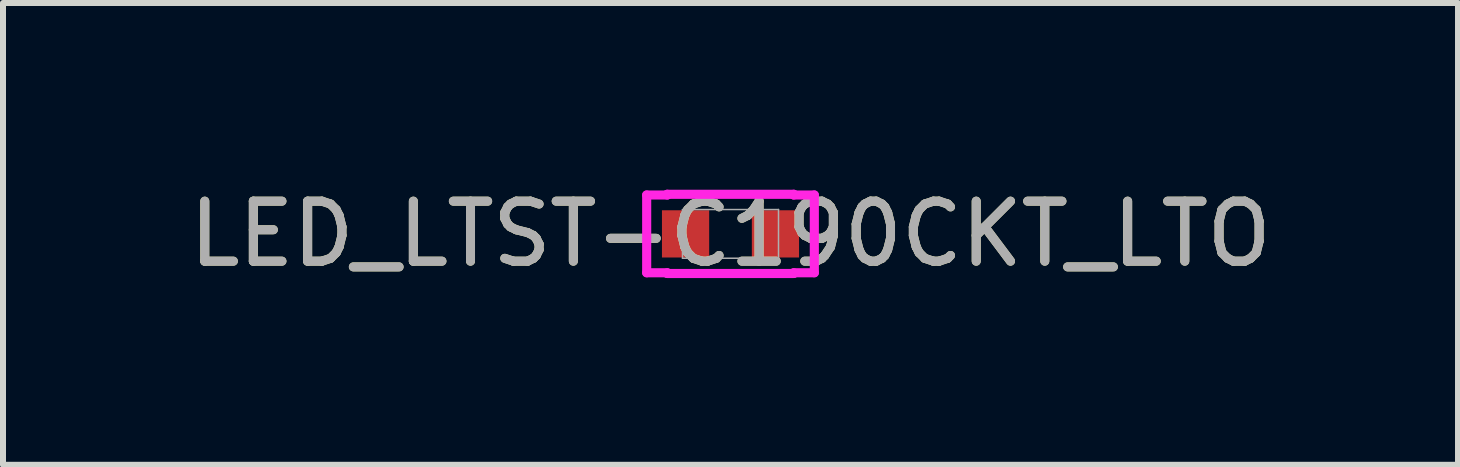
<source format=kicad_pcb>
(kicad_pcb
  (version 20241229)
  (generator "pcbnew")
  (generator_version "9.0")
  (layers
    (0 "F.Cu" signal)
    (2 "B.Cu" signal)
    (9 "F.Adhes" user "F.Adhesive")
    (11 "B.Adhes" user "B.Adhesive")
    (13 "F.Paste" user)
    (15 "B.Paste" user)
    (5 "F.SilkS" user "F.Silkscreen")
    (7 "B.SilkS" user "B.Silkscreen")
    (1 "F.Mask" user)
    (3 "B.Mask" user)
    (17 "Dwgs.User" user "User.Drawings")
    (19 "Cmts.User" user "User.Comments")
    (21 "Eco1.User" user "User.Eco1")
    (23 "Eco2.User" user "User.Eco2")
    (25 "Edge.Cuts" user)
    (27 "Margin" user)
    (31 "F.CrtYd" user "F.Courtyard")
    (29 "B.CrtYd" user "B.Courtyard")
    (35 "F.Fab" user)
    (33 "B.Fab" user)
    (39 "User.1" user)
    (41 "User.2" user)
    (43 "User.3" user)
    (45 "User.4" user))
  (footprint "LED_LTST-C190CKT_LTO"
    (layer "F.Cu")
    (at 9.125 0.848)
    (property "Reference" "LED_LTST-C190CKT_LTO" (at 0 0 0) (unlocked yes) (layer "F.SilkS") (effects (font (size 1 1) (thickness 0.15))))
    (attr smd)
    (fp_line (start -1.397 -0.648) (end -1.054 -0.648) (stroke (width 0.152) (type solid)) (layer "F.CrtYd"))
    (fp_line (start -1.397 0.648) (end -1.397 -0.648) (stroke (width 0.152) (type solid)) (layer "F.CrtYd"))
    (fp_line (start -1.054 -0.66) (end 1.054 -0.66) (stroke (width 0.152) (type solid)) (layer "F.CrtYd"))
    (fp_line (start -1.054 -0.648) (end -1.054 -0.66) (stroke (width 0.152) (type solid)) (layer "F.CrtYd"))
    (fp_line (start -1.054 0.648) (end -1.397 0.648) (stroke (width 0.152) (type solid)) (layer "F.CrtYd"))
    (fp_line (start -1.054 0.66) (end -1.054 0.648) (stroke (width 0.152) (type solid)) (layer "F.CrtYd"))
    (fp_line (start 1.054 -0.66) (end 1.054 -0.648) (stroke (width 0.152) (type solid)) (layer "F.CrtYd"))
    (fp_line (start 1.054 -0.648) (end 1.397 -0.648) (stroke (width 0.152) (type solid)) (layer "F.CrtYd"))
    (fp_line (start 1.054 0.648) (end 1.054 0.66) (stroke (width 0.152) (type solid)) (layer "F.CrtYd"))
    (fp_line (start 1.054 0.66) (end -1.054 0.66) (stroke (width 0.152) (type solid)) (layer "F.CrtYd"))
    (fp_line (start 1.397 -0.648) (end 1.397 0.648) (stroke (width 0.152) (type solid)) (layer "F.CrtYd"))
    (fp_line (start 1.397 0.648) (end 1.054 0.648) (stroke (width 0.152) (type solid)) (layer "F.CrtYd"))
    (fp_line (start -0.8 -0.406) (end -0.8 0.406) (stroke (width 0.025) (type solid)) (layer "F.Fab"))
    (fp_line (start -0.8 0.406) (end 0.8 0.406) (stroke (width 0.025) (type solid)) (layer "F.Fab"))
    (fp_line (start 0.8 -0.406) (end -0.8 -0.406) (stroke (width 0.025) (type solid)) (layer "F.Fab"))
    (fp_line (start 0.8 0.406) (end 0.8 -0.406) (stroke (width 0.025) (type solid)) (layer "F.Fab"))
    (fp_text user "${REFERENCE}" (at 0 0 0) (unlocked yes) (layer "F.Fab") (effects (font (size 1 1) (thickness 0.15))))
    (pad "1" smd rect (at -0.749 0) (size 0.787 0.787) (layers "F.Cu" "F.Mask" "F.Paste"))
    (pad "2" smd rect (at 0.749 0) (size 0.787 0.787) (layers "F.Cu" "F.Mask" "F.Paste"))
    (zone (net_name "") (layer "F.Cu") (hatch full 0.508) (connect_pads) (min_thickness 0.254) (filled_areas_thickness no) (keepout (tracks not_allowed) (vias not_allowed) (pads allowed) (copperpour not_allowed) (footprints allowed)) (placement (enabled no)) (fill) (polygon (pts (xy 8.82 0.493) (xy 9.43 0.493) (xy 9.43 1.204) (xy 8.82 1.204)))))
  (gr_rect
    (start -3 -3)
    (end 21.25 4.697)
    (stroke (width 0.1) (type default))
    (fill no)
    (layer "Edge.Cuts")))
</source>
